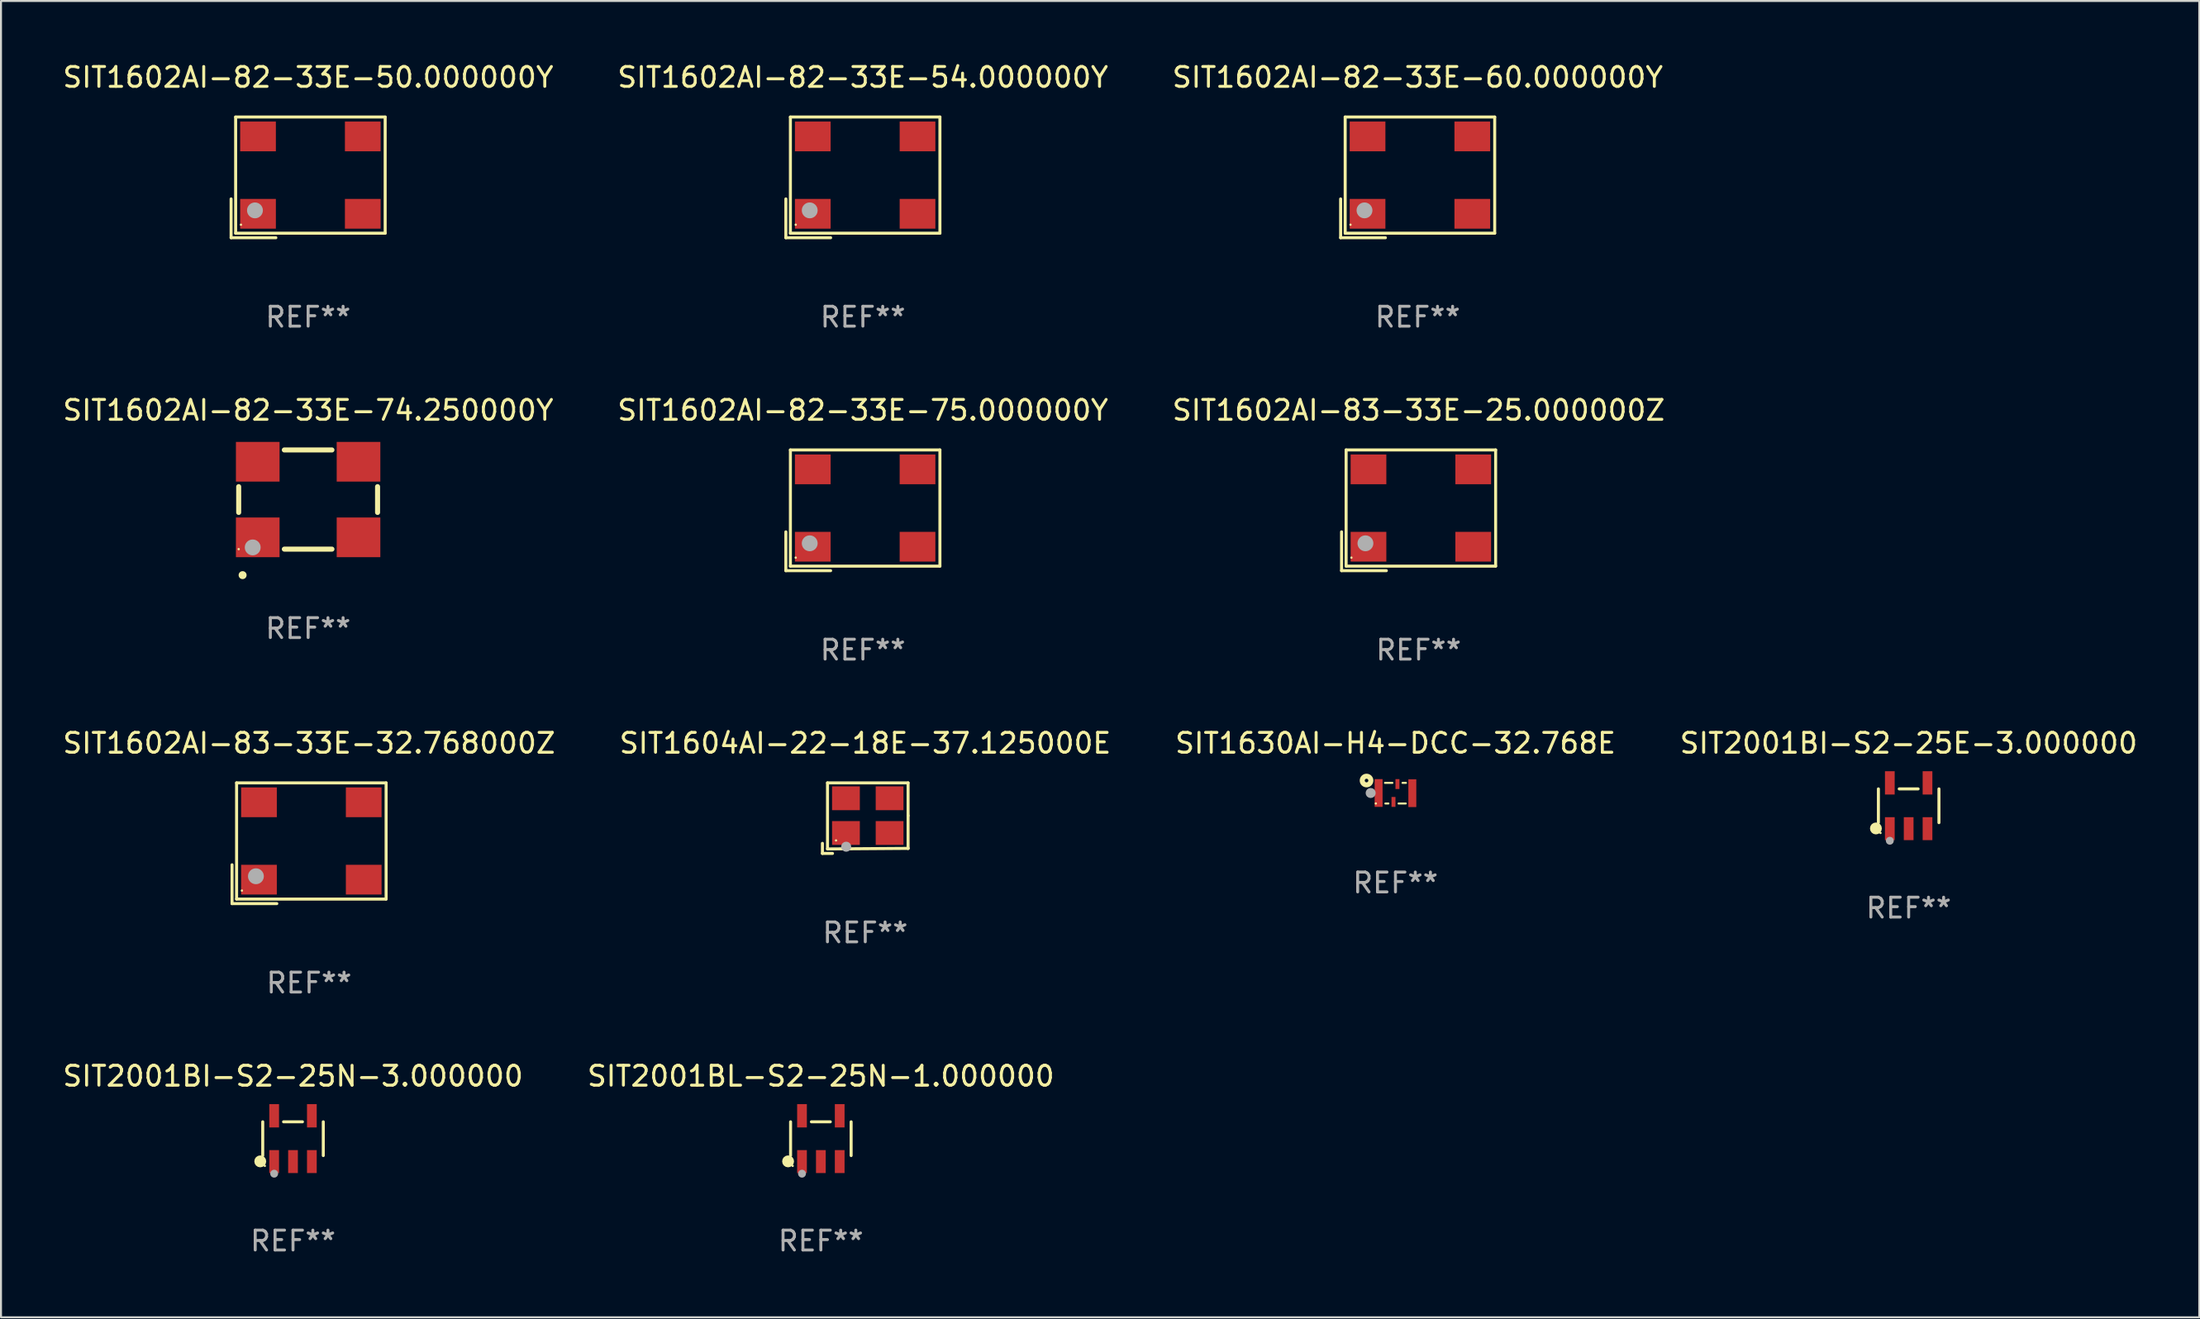
<source format=kicad_pcb>
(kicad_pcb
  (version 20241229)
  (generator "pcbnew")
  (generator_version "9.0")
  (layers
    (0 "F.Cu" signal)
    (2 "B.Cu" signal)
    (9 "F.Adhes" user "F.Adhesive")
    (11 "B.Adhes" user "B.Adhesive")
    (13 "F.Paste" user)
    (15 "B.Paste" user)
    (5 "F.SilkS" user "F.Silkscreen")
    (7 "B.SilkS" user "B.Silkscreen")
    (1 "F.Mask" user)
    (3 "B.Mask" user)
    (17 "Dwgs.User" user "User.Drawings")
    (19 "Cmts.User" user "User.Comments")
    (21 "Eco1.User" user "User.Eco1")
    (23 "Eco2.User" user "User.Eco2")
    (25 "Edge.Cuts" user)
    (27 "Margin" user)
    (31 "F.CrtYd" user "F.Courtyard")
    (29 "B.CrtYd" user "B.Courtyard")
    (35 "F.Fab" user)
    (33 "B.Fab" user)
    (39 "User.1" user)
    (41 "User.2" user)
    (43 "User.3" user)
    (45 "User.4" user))
  (footprint "SIT1604AI-22-18E-37.125000E"
    (layer "F.Cu")
    (at 40.565 38.191)
    (property "Reference" "SIT1604AI-22-18E-37.125000E" (at 0 -3.778 0) (layer "F.SilkS") (effects (font (size 1 1) (thickness 0.15))))
    (attr through_hole)
    (fp_line (start -2.159 1.27) (end -2.159 1.778) (stroke (width 0.152) (type solid)) (layer "F.SilkS"))
    (fp_line (start -2.159 1.778) (end -1.651 1.778) (stroke (width 0.152) (type solid)) (layer "F.SilkS"))
    (fp_line (start -1.902 -1.778) (end 2.159 -1.778) (stroke (width 0.152) (type solid)) (layer "F.SilkS"))
    (fp_line (start -1.902 1.552) (end -1.902 -1.778) (stroke (width 0.152) (type solid)) (layer "F.SilkS"))
    (fp_line (start 2.159 -1.778) (end 2.159 -0.127) (stroke (width 0.152) (type solid)) (layer "F.SilkS"))
    (fp_line (start 2.159 -0.127) (end 2.159 1.524) (stroke (width 0.152) (type solid)) (layer "F.SilkS"))
    (fp_line (start 2.159 1.524) (end -1.902 1.552) (stroke (width 0.152) (type solid)) (layer "F.SilkS"))
    (fp_line (start 2.159 1.524) (end 2.159 1.524) (stroke (width 0.152) (type solid)) (layer "F.SilkS"))
    (fp_circle (center -1.473 1.123) (end -1.443 1.123) (stroke (width 0.06) (type solid)) (fill no) (layer "F.SilkS"))
    (fp_circle (center -0.961 1.44) (end -0.834 1.44) (stroke (width 0.254) (type solid)) (fill no) (layer "F.Fab"))
    (fp_text user "REF**" (at 0 5.778 0) (layer "F.Fab") (effects (font (size 1 1) (thickness 0.15))))
    (pad "1" smd rect (at -0.973 0.748) (size 1.4 1.2) (layers "F.Cu" "F.Mask" "F.Paste"))
    (pad "2" smd rect (at 1.227 0.748) (size 1.4 1.2) (layers "F.Cu" "F.Mask" "F.Paste"))
    (pad "3" smd rect (at 1.227 -1.002) (size 1.4 1.2) (layers "F.Cu" "F.Mask" "F.Paste"))
    (pad "4" smd rect (at -0.973 -1.002) (size 1.4 1.2) (layers "F.Cu" "F.Mask" "F.Paste")))
  (footprint "SIT2001BI-S2-25E-3.000000"
    (layer "F.Cu")
    (at 93.161 37.567)
    (property "Reference" "SIT2001BI-S2-25E-3.000000" (at 0 -3.154 0) (layer "F.SilkS") (effects (font (size 1 1) (thickness 0.15))))
    (attr through_hole)
    (fp_line (start -1.526 0.851) (end -1.526 -0.851) (stroke (width 0.152) (type solid)) (layer "F.SilkS"))
    (fp_line (start 0.476 -0.851) (end -0.476 -0.851) (stroke (width 0.152) (type solid)) (layer "F.SilkS"))
    (fp_line (start 1.526 0.851) (end 1.526 -0.851) (stroke (width 0.152) (type solid)) (layer "F.SilkS"))
    (fp_circle (center -1.651 1.143) (end -1.501 1.143) (stroke (width 0.3) (type solid)) (fill no) (layer "F.SilkS"))
    (fp_circle (center -1.42 1.37) (end -1.39 1.37) (stroke (width 0.06) (type solid)) (fill no) (layer "F.SilkS"))
    (fp_circle (center -0.95 1.763) (end -0.85 1.763) (stroke (width 0.2) (type solid)) (fill no) (layer "F.Fab"))
    (fp_text user "REF**" (at 0 5.154 0) (layer "F.Fab") (effects (font (size 1 1) (thickness 0.15))))
    (pad "1" smd rect (at -0.95 1.154) (size 0.49 1.157) (layers "F.Cu" "F.Mask" "F.Paste"))
    (pad "2" smd rect (at 0 1.154) (size 0.49 1.157) (layers "F.Cu" "F.Mask" "F.Paste"))
    (pad "3" smd rect (at 0.95 1.154) (size 0.49 1.157) (layers "F.Cu" "F.Mask" "F.Paste"))
    (pad "4" smd rect (at 0.95 -1.154) (size 0.49 1.175) (layers "F.Cu" "F.Mask" "F.Paste"))
    (pad "5" smd rect (at -0.95 -1.154) (size 0.49 1.175) (layers "F.Cu" "F.Mask" "F.Paste")))
  (footprint "SIT1602AI-82-33E-74.250000Y"
    (layer "F.Cu")
    (at 12.482 22.131)
    (property "Reference" "SIT1602AI-82-33E-74.250000Y" (at 0 -4.5 0) (layer "F.SilkS") (effects (font (size 1 1) (thickness 0.15))))
    (attr through_hole)
    (fp_line (start -3.5 0.65) (end -3.5 -0.65) (stroke (width 0.254) (type solid)) (layer "F.SilkS"))
    (fp_line (start 1.2 -2.5) (end -1.2 -2.5) (stroke (width 0.254) (type solid)) (layer "F.SilkS"))
    (fp_line (start 1.2 2.5) (end -1.2 2.5) (stroke (width 0.254) (type solid)) (layer "F.SilkS"))
    (fp_line (start 3.5 0.65) (end 3.5 -0.65) (stroke (width 0.254) (type solid)) (layer "F.SilkS"))
    (fp_arc (start -3.304547 3.81016) (mid -3.303277 3.810156) (end -3.302007 3.81016) (stroke (width 0.4) (type solid)) (layer "F.SilkS"))
    (fp_circle (center -3.5 2.5) (end -3.47 2.5) (stroke (width 0.06) (type solid)) (fill no) (layer "F.SilkS"))
    (fp_circle (center -2.794 2.413) (end -2.594 2.413) (stroke (width 0.4) (type solid)) (fill no) (layer "F.Fab"))
    (fp_text user "REF**" (at 0 6.5 0) (layer "F.Fab") (effects (font (size 1 1) (thickness 0.15))))
    (pad "1" smd rect (at -2.54 1.905 180) (size 2.2 2) (layers "F.Cu" "F.Mask" "F.Paste"))
    (pad "2" smd rect (at 2.54 1.905 180) (size 2.2 2) (layers "F.Cu" "F.Mask" "F.Paste"))
    (pad "3" smd rect (at 2.54 -1.905 180) (size 2.2 2) (layers "F.Cu" "F.Mask" "F.Paste"))
    (pad "4" smd rect (at -2.54 -1.905 180) (size 2.2 2) (layers "F.Cu" "F.Mask" "F.Paste")))
  (footprint "SIT1602AI-82-33E-54.000000Y"
    (layer "F.Cu")
    (at 40.446 5.891)
    (property "Reference" "SIT1602AI-82-33E-54.000000Y" (at 0 -5.043 0) (layer "F.SilkS") (effects (font (size 1 1) (thickness 0.15))))
    (attr through_hole)
    (fp_line (start -3.883 1.086) (end -3.883 3.043) (stroke (width 0.152) (type solid)) (layer "F.SilkS"))
    (fp_line (start -3.883 3.043) (end -1.626 3.043) (stroke (width 0.152) (type solid)) (layer "F.SilkS"))
    (fp_line (start -3.654 -3.043) (end 3.883 -3.043) (stroke (width 0.152) (type solid)) (layer "F.SilkS"))
    (fp_line (start -3.654 2.814) (end -3.654 -3.043) (stroke (width 0.152) (type solid)) (layer "F.SilkS"))
    (fp_line (start 3.883 -3.043) (end 3.883 2.814) (stroke (width 0.152) (type solid)) (layer "F.SilkS"))
    (fp_line (start 3.883 2.814) (end -3.654 2.814) (stroke (width 0.152) (type solid)) (layer "F.SilkS"))
    (fp_circle (center -3.386 2.386) (end -3.356 2.386) (stroke (width 0.06) (type solid)) (fill no) (layer "F.SilkS"))
    (fp_circle (center -2.68 1.664) (end -2.48 1.664) (stroke (width 0.4) (type solid)) (fill no) (layer "F.Fab"))
    (fp_text user "REF**" (at 0 7.043 0) (layer "F.Fab") (effects (font (size 1 1) (thickness 0.15))))
    (pad "1" smd rect (at -2.526 1.836) (size 1.8 1.5) (layers "F.Cu" "F.Mask" "F.Paste"))
    (pad "2" smd rect (at 2.754 1.836) (size 1.8 1.5) (layers "F.Cu" "F.Mask" "F.Paste"))
    (pad "3" smd rect (at 2.754 -2.064) (size 1.8 1.5) (layers "F.Cu" "F.Mask" "F.Paste"))
    (pad "4" smd rect (at -2.526 -2.064) (size 1.8 1.5) (layers "F.Cu" "F.Mask" "F.Paste")))
  (footprint "SIT1602AI-83-33E-32.768000Z"
    (layer "F.Cu")
    (at 12.53 39.456)
    (property "Reference" "SIT1602AI-83-33E-32.768000Z" (at 0 -5.043 0) (layer "F.SilkS") (effects (font (size 1 1) (thickness 0.15))))
    (attr through_hole)
    (fp_line (start -3.883 1.086) (end -3.883 3.043) (stroke (width 0.152) (type solid)) (layer "F.SilkS"))
    (fp_line (start -3.883 3.043) (end -1.626 3.043) (stroke (width 0.152) (type solid)) (layer "F.SilkS"))
    (fp_line (start -3.654 -3.043) (end 3.883 -3.043) (stroke (width 0.152) (type solid)) (layer "F.SilkS"))
    (fp_line (start -3.654 2.814) (end -3.654 -3.043) (stroke (width 0.152) (type solid)) (layer "F.SilkS"))
    (fp_line (start 3.883 -3.043) (end 3.883 2.814) (stroke (width 0.152) (type solid)) (layer "F.SilkS"))
    (fp_line (start 3.883 2.814) (end -3.654 2.814) (stroke (width 0.152) (type solid)) (layer "F.SilkS"))
    (fp_circle (center -3.386 2.386) (end -3.356 2.386) (stroke (width 0.06) (type solid)) (fill no) (layer "F.SilkS"))
    (fp_circle (center -2.68 1.664) (end -2.48 1.664) (stroke (width 0.4) (type solid)) (fill no) (layer "F.Fab"))
    (fp_text user "REF**" (at 0 7.043 0) (layer "F.Fab") (effects (font (size 1 1) (thickness 0.15))))
    (pad "1" smd rect (at -2.526 1.836) (size 1.8 1.5) (layers "F.Cu" "F.Mask" "F.Paste"))
    (pad "2" smd rect (at 2.754 1.836) (size 1.8 1.5) (layers "F.Cu" "F.Mask" "F.Paste"))
    (pad "3" smd rect (at 2.754 -2.064) (size 1.8 1.5) (layers "F.Cu" "F.Mask" "F.Paste"))
    (pad "4" smd rect (at -2.526 -2.064) (size 1.8 1.5) (layers "F.Cu" "F.Mask" "F.Paste")))
  (footprint "SIT1602AI-82-33E-75.000000Y"
    (layer "F.Cu")
    (at 40.446 22.673)
    (property "Reference" "SIT1602AI-82-33E-75.000000Y" (at 0 -5.043 0) (layer "F.SilkS") (effects (font (size 1 1) (thickness 0.15))))
    (attr through_hole)
    (fp_line (start -3.883 1.086) (end -3.883 3.043) (stroke (width 0.152) (type solid)) (layer "F.SilkS"))
    (fp_line (start -3.883 3.043) (end -1.626 3.043) (stroke (width 0.152) (type solid)) (layer "F.SilkS"))
    (fp_line (start -3.654 -3.043) (end 3.883 -3.043) (stroke (width 0.152) (type solid)) (layer "F.SilkS"))
    (fp_line (start -3.654 2.814) (end -3.654 -3.043) (stroke (width 0.152) (type solid)) (layer "F.SilkS"))
    (fp_line (start 3.883 -3.043) (end 3.883 2.814) (stroke (width 0.152) (type solid)) (layer "F.SilkS"))
    (fp_line (start 3.883 2.814) (end -3.654 2.814) (stroke (width 0.152) (type solid)) (layer "F.SilkS"))
    (fp_circle (center -3.386 2.386) (end -3.356 2.386) (stroke (width 0.06) (type solid)) (fill no) (layer "F.SilkS"))
    (fp_circle (center -2.68 1.664) (end -2.48 1.664) (stroke (width 0.4) (type solid)) (fill no) (layer "F.Fab"))
    (fp_text user "REF**" (at 0 7.043 0) (layer "F.Fab") (effects (font (size 1 1) (thickness 0.15))))
    (pad "1" smd rect (at -2.526 1.836) (size 1.8 1.5) (layers "F.Cu" "F.Mask" "F.Paste"))
    (pad "2" smd rect (at 2.754 1.836) (size 1.8 1.5) (layers "F.Cu" "F.Mask" "F.Paste"))
    (pad "3" smd rect (at 2.754 -2.064) (size 1.8 1.5) (layers "F.Cu" "F.Mask" "F.Paste"))
    (pad "4" smd rect (at -2.526 -2.064) (size 1.8 1.5) (layers "F.Cu" "F.Mask" "F.Paste")))
  (footprint "SIT1630AI-H4-DCC-32.768E"
    (layer "F.Cu")
    (at 67.292 36.933)
    (property "Reference" "SIT1630AI-H4-DCC-32.768E" (at 0 -2.52 0) (layer "F.SilkS") (effects (font (size 1 1) (thickness 0.15))))
    (attr through_hole)
    (fp_line (start -0.53 -0.52) (end -0.154 -0.52) (stroke (width 0.1) (type solid)) (layer "F.SilkS"))
    (fp_line (start -0.51 0.52) (end -0.354 0.52) (stroke (width 0.1) (type solid)) (layer "F.SilkS"))
    (fp_line (start 0.154 0.52) (end 0.52 0.52) (stroke (width 0.1) (type solid)) (layer "F.SilkS"))
    (fp_line (start 0.354 -0.52) (end 0.53 -0.52) (stroke (width 0.1) (type solid)) (layer "F.SilkS"))
    (fp_circle (center -1.458 -0.638) (end -1.368 -0.638) (stroke (width 0.254) (type solid)) (fill no) (layer "F.SilkS"))
    (fp_circle (center -0.99 0.52) (end -0.96 0.52) (stroke (width 0.06) (type solid)) (fill no) (layer "F.SilkS"))
    (fp_circle (center -1.25 -0.01) (end -1.123 -0.01) (stroke (width 0.254) (type solid)) (fill no) (layer "F.Fab"))
    (fp_text user "REF**" (at 0 4.52 0) (layer "F.Fab") (effects (font (size 1 1) (thickness 0.15))))
    (pad "1" smd rect (at -0.85 -0.01) (size 0.4 1.4) (layers "F.Cu" "F.Mask" "F.Paste"))
    (pad "2" smd rect (at -0.1 0.44) (size 0.2 0.5) (layers "F.Cu" "F.Mask" "F.Paste"))
    (pad "3" smd rect (at 0.85 -0.000089) (size 0.4 1.4) (layers "F.Cu" "F.Mask" "F.Paste"))
    (pad "4" smd rect (at 0.1 -0.46) (size 0.2 0.5) (layers "F.Cu" "F.Mask" "F.Paste")))
  (footprint "SIT2001BL-S2-25N-1.000000"
    (layer "F.Cu")
    (at 38.327 54.349)
    (property "Reference" "SIT2001BL-S2-25N-1.000000" (at 0 -3.154 0) (layer "F.SilkS") (effects (font (size 1 1) (thickness 0.15))))
    (attr through_hole)
    (fp_line (start -1.526 0.851) (end -1.526 -0.851) (stroke (width 0.152) (type solid)) (layer "F.SilkS"))
    (fp_line (start 0.476 -0.851) (end -0.476 -0.851) (stroke (width 0.152) (type solid)) (layer "F.SilkS"))
    (fp_line (start 1.526 0.851) (end 1.526 -0.851) (stroke (width 0.152) (type solid)) (layer "F.SilkS"))
    (fp_circle (center -1.651 1.143) (end -1.501 1.143) (stroke (width 0.3) (type solid)) (fill no) (layer "F.SilkS"))
    (fp_circle (center -1.42 1.37) (end -1.39 1.37) (stroke (width 0.06) (type solid)) (fill no) (layer "F.SilkS"))
    (fp_circle (center -0.95 1.763) (end -0.85 1.763) (stroke (width 0.2) (type solid)) (fill no) (layer "F.Fab"))
    (fp_text user "REF**" (at 0 5.154 0) (layer "F.Fab") (effects (font (size 1 1) (thickness 0.15))))
    (pad "1" smd rect (at -0.95 1.154) (size 0.49 1.157) (layers "F.Cu" "F.Mask" "F.Paste"))
    (pad "2" smd rect (at 0 1.154) (size 0.49 1.157) (layers "F.Cu" "F.Mask" "F.Paste"))
    (pad "3" smd rect (at 0.95 1.154) (size 0.49 1.157) (layers "F.Cu" "F.Mask" "F.Paste"))
    (pad "4" smd rect (at 0.95 -1.154) (size 0.49 1.175) (layers "F.Cu" "F.Mask" "F.Paste"))
    (pad "5" smd rect (at -0.95 -1.154) (size 0.49 1.175) (layers "F.Cu" "F.Mask" "F.Paste")))
  (footprint "SIT1602AI-83-33E-25.000000Z"
    (layer "F.Cu")
    (at 68.458 22.673)
    (property "Reference" "SIT1602AI-83-33E-25.000000Z" (at 0 -5.043 0) (layer "F.SilkS") (effects (font (size 1 1) (thickness 0.15))))
    (attr through_hole)
    (fp_line (start -3.883 1.086) (end -3.883 3.043) (stroke (width 0.152) (type solid)) (layer "F.SilkS"))
    (fp_line (start -3.883 3.043) (end -1.626 3.043) (stroke (width 0.152) (type solid)) (layer "F.SilkS"))
    (fp_line (start -3.654 -3.043) (end 3.883 -3.043) (stroke (width 0.152) (type solid)) (layer "F.SilkS"))
    (fp_line (start -3.654 2.814) (end -3.654 -3.043) (stroke (width 0.152) (type solid)) (layer "F.SilkS"))
    (fp_line (start 3.883 -3.043) (end 3.883 2.814) (stroke (width 0.152) (type solid)) (layer "F.SilkS"))
    (fp_line (start 3.883 2.814) (end -3.654 2.814) (stroke (width 0.152) (type solid)) (layer "F.SilkS"))
    (fp_circle (center -3.386 2.386) (end -3.356 2.386) (stroke (width 0.06) (type solid)) (fill no) (layer "F.SilkS"))
    (fp_circle (center -2.68 1.664) (end -2.48 1.664) (stroke (width 0.4) (type solid)) (fill no) (layer "F.Fab"))
    (fp_text user "REF**" (at 0 7.043 0) (layer "F.Fab") (effects (font (size 1 1) (thickness 0.15))))
    (pad "1" smd rect (at -2.526 1.836) (size 1.8 1.5) (layers "F.Cu" "F.Mask" "F.Paste"))
    (pad "2" smd rect (at 2.754 1.836) (size 1.8 1.5) (layers "F.Cu" "F.Mask" "F.Paste"))
    (pad "3" smd rect (at 2.754 -2.064) (size 1.8 1.5) (layers "F.Cu" "F.Mask" "F.Paste"))
    (pad "4" smd rect (at -2.526 -2.064) (size 1.8 1.5) (layers "F.Cu" "F.Mask" "F.Paste")))
  (footprint "SIT1602AI-82-33E-60.000000Y"
    (layer "F.Cu")
    (at 68.411 5.891)
    (property "Reference" "SIT1602AI-82-33E-60.000000Y" (at 0 -5.043 0) (layer "F.SilkS") (effects (font (size 1 1) (thickness 0.15))))
    (attr through_hole)
    (fp_line (start -3.883 1.086) (end -3.883 3.043) (stroke (width 0.152) (type solid)) (layer "F.SilkS"))
    (fp_line (start -3.883 3.043) (end -1.626 3.043) (stroke (width 0.152) (type solid)) (layer "F.SilkS"))
    (fp_line (start -3.654 -3.043) (end 3.883 -3.043) (stroke (width 0.152) (type solid)) (layer "F.SilkS"))
    (fp_line (start -3.654 2.814) (end -3.654 -3.043) (stroke (width 0.152) (type solid)) (layer "F.SilkS"))
    (fp_line (start 3.883 -3.043) (end 3.883 2.814) (stroke (width 0.152) (type solid)) (layer "F.SilkS"))
    (fp_line (start 3.883 2.814) (end -3.654 2.814) (stroke (width 0.152) (type solid)) (layer "F.SilkS"))
    (fp_circle (center -3.386 2.386) (end -3.356 2.386) (stroke (width 0.06) (type solid)) (fill no) (layer "F.SilkS"))
    (fp_circle (center -2.68 1.664) (end -2.48 1.664) (stroke (width 0.4) (type solid)) (fill no) (layer "F.Fab"))
    (fp_text user "REF**" (at 0 7.043 0) (layer "F.Fab") (effects (font (size 1 1) (thickness 0.15))))
    (pad "1" smd rect (at -2.526 1.836) (size 1.8 1.5) (layers "F.Cu" "F.Mask" "F.Paste"))
    (pad "2" smd rect (at 2.754 1.836) (size 1.8 1.5) (layers "F.Cu" "F.Mask" "F.Paste"))
    (pad "3" smd rect (at 2.754 -2.064) (size 1.8 1.5) (layers "F.Cu" "F.Mask" "F.Paste"))
    (pad "4" smd rect (at -2.526 -2.064) (size 1.8 1.5) (layers "F.Cu" "F.Mask" "F.Paste")))
  (footprint "SIT1602AI-82-33E-50.000000Y"
    (layer "F.Cu")
    (at 12.482 5.891)
    (property "Reference" "SIT1602AI-82-33E-50.000000Y" (at 0 -5.043 0) (layer "F.SilkS") (effects (font (size 1 1) (thickness 0.15))))
    (attr through_hole)
    (fp_line (start -3.883 1.086) (end -3.883 3.043) (stroke (width 0.152) (type solid)) (layer "F.SilkS"))
    (fp_line (start -3.883 3.043) (end -1.626 3.043) (stroke (width 0.152) (type solid)) (layer "F.SilkS"))
    (fp_line (start -3.654 -3.043) (end 3.883 -3.043) (stroke (width 0.152) (type solid)) (layer "F.SilkS"))
    (fp_line (start -3.654 2.814) (end -3.654 -3.043) (stroke (width 0.152) (type solid)) (layer "F.SilkS"))
    (fp_line (start 3.883 -3.043) (end 3.883 2.814) (stroke (width 0.152) (type solid)) (layer "F.SilkS"))
    (fp_line (start 3.883 2.814) (end -3.654 2.814) (stroke (width 0.152) (type solid)) (layer "F.SilkS"))
    (fp_circle (center -3.386 2.386) (end -3.356 2.386) (stroke (width 0.06) (type solid)) (fill no) (layer "F.SilkS"))
    (fp_circle (center -2.68 1.664) (end -2.48 1.664) (stroke (width 0.4) (type solid)) (fill no) (layer "F.Fab"))
    (fp_text user "REF**" (at 0 7.043 0) (layer "F.Fab") (effects (font (size 1 1) (thickness 0.15))))
    (pad "1" smd rect (at -2.526 1.836) (size 1.8 1.5) (layers "F.Cu" "F.Mask" "F.Paste"))
    (pad "2" smd rect (at 2.754 1.836) (size 1.8 1.5) (layers "F.Cu" "F.Mask" "F.Paste"))
    (pad "3" smd rect (at 2.754 -2.064) (size 1.8 1.5) (layers "F.Cu" "F.Mask" "F.Paste"))
    (pad "4" smd rect (at -2.526 -2.064) (size 1.8 1.5) (layers "F.Cu" "F.Mask" "F.Paste")))
  (footprint "SIT2001BI-S2-25N-3.000000"
    (layer "F.Cu")
    (at 11.72 54.349)
    (property "Reference" "SIT2001BI-S2-25N-3.000000" (at 0 -3.154 0) (layer "F.SilkS") (effects (font (size 1 1) (thickness 0.15))))
    (attr through_hole)
    (fp_line (start -1.526 0.851) (end -1.526 -0.851) (stroke (width 0.152) (type solid)) (layer "F.SilkS"))
    (fp_line (start 0.476 -0.851) (end -0.476 -0.851) (stroke (width 0.152) (type solid)) (layer "F.SilkS"))
    (fp_line (start 1.526 0.851) (end 1.526 -0.851) (stroke (width 0.152) (type solid)) (layer "F.SilkS"))
    (fp_circle (center -1.651 1.143) (end -1.501 1.143) (stroke (width 0.3) (type solid)) (fill no) (layer "F.SilkS"))
    (fp_circle (center -1.42 1.37) (end -1.39 1.37) (stroke (width 0.06) (type solid)) (fill no) (layer "F.SilkS"))
    (fp_circle (center -0.95 1.763) (end -0.85 1.763) (stroke (width 0.2) (type solid)) (fill no) (layer "F.Fab"))
    (fp_text user "REF**" (at 0 5.154 0) (layer "F.Fab") (effects (font (size 1 1) (thickness 0.15))))
    (pad "1" smd rect (at -0.95 1.154) (size 0.49 1.157) (layers "F.Cu" "F.Mask" "F.Paste"))
    (pad "2" smd rect (at 0 1.154) (size 0.49 1.157) (layers "F.Cu" "F.Mask" "F.Paste"))
    (pad "3" smd rect (at 0.95 1.154) (size 0.49 1.157) (layers "F.Cu" "F.Mask" "F.Paste"))
    (pad "4" smd rect (at 0.95 -1.154) (size 0.49 1.175) (layers "F.Cu" "F.Mask" "F.Paste"))
    (pad "5" smd rect (at -0.95 -1.154) (size 0.49 1.175) (layers "F.Cu" "F.Mask" "F.Paste")))
  (gr_rect
    (start -3 -3)
    (end 107.81 63.351)
    (stroke (width 0.1) (type default))
    (fill no)
    (layer "Edge.Cuts")))
</source>
